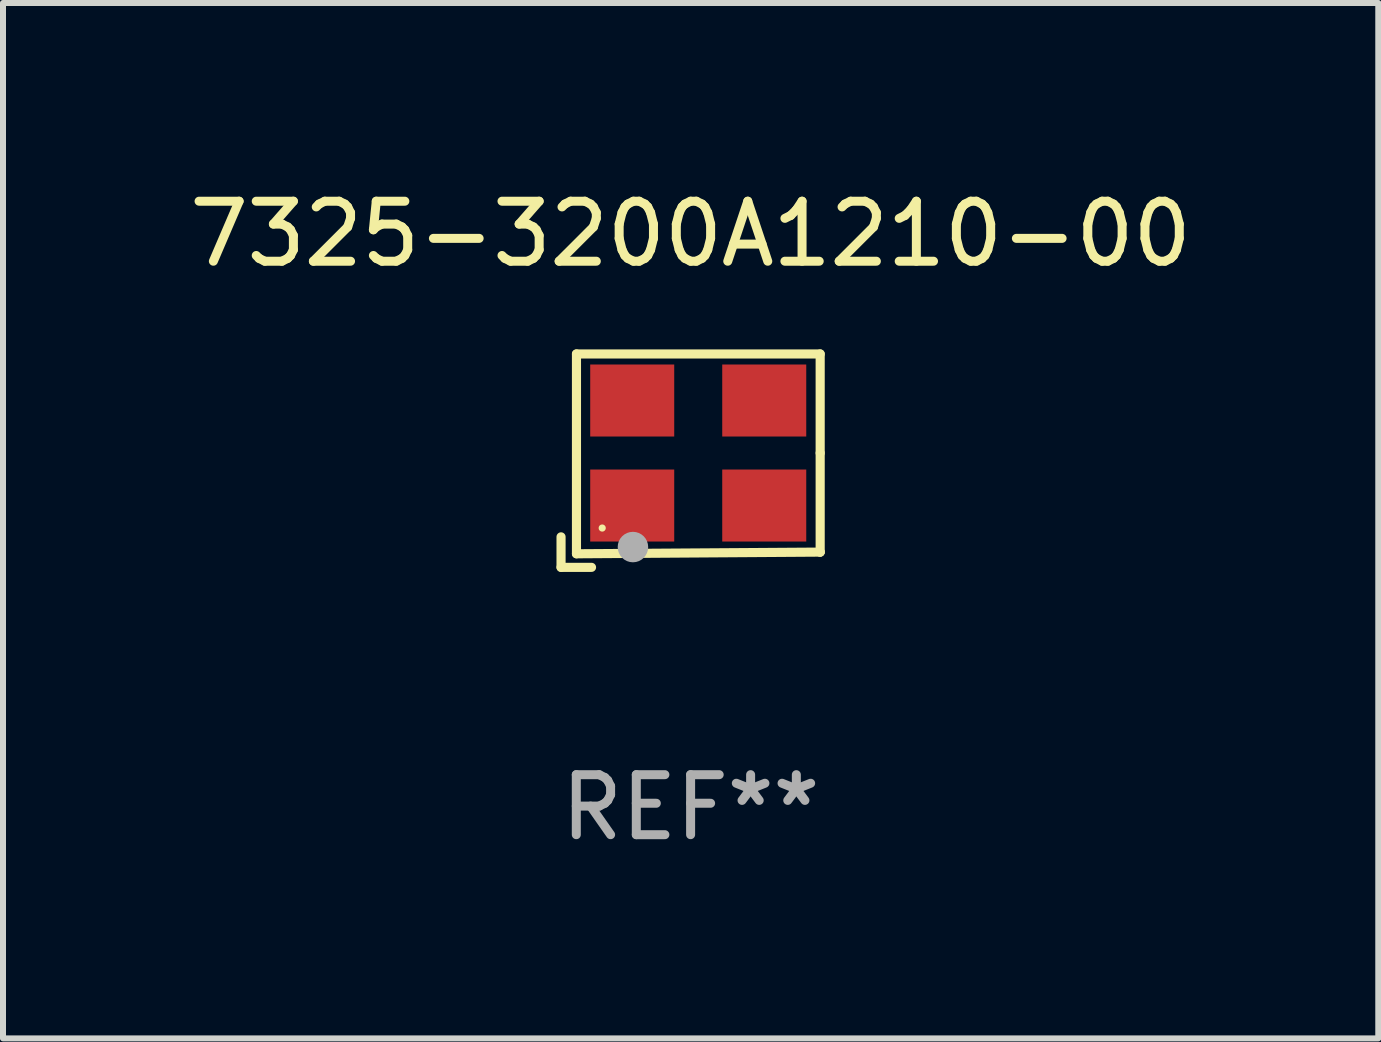
<source format=kicad_pcb>
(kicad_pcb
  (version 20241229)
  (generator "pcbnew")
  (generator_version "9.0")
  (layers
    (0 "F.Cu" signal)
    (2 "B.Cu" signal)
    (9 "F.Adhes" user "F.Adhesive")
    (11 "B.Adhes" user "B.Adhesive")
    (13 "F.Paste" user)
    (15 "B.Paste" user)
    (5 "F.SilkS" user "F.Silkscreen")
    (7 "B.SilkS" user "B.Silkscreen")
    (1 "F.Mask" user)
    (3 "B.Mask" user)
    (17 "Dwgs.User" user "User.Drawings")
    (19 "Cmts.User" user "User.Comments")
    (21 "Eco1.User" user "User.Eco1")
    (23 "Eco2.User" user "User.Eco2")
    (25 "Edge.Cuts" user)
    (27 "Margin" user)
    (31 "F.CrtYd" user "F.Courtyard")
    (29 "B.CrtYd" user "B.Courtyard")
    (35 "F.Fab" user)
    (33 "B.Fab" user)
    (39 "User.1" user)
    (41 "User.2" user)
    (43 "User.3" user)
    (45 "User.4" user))
  (footprint "7325-3200A1210-00"
    (layer "F.Cu")
    (at 8.458 4.626)
    (property "Reference" "7325-3200A1210-00" (at 0 -3.778 0) (layer "F.SilkS") (effects (font (size 1 1) (thickness 0.15))))
    (attr through_hole)
    (fp_line (start -2.159 1.27) (end -2.159 1.778) (stroke (width 0.152) (type solid)) (layer "F.SilkS"))
    (fp_line (start -2.159 1.778) (end -1.651 1.778) (stroke (width 0.152) (type solid)) (layer "F.SilkS"))
    (fp_line (start -1.902 -1.778) (end 2.159 -1.778) (stroke (width 0.152) (type solid)) (layer "F.SilkS"))
    (fp_line (start -1.902 1.552) (end -1.902 -1.778) (stroke (width 0.152) (type solid)) (layer "F.SilkS"))
    (fp_line (start 2.159 -1.778) (end 2.159 -0.127) (stroke (width 0.152) (type solid)) (layer "F.SilkS"))
    (fp_line (start 2.159 -0.127) (end 2.159 1.524) (stroke (width 0.152) (type solid)) (layer "F.SilkS"))
    (fp_line (start 2.159 1.524) (end -1.902 1.552) (stroke (width 0.152) (type solid)) (layer "F.SilkS"))
    (fp_line (start 2.159 1.524) (end 2.159 1.524) (stroke (width 0.152) (type solid)) (layer "F.SilkS"))
    (fp_circle (center -1.473 1.123) (end -1.443 1.123) (stroke (width 0.06) (type solid)) (fill no) (layer "F.SilkS"))
    (fp_circle (center -0.961 1.44) (end -0.834 1.44) (stroke (width 0.254) (type solid)) (fill no) (layer "F.Fab"))
    (fp_text user "REF**" (at 0 5.778 0) (layer "F.Fab") (effects (font (size 1 1) (thickness 0.15))))
    (pad "1" smd rect (at -0.973 0.748) (size 1.4 1.2) (layers "F.Cu" "F.Mask" "F.Paste"))
    (pad "2" smd rect (at 1.227 0.748) (size 1.4 1.2) (layers "F.Cu" "F.Mask" "F.Paste"))
    (pad "3" smd rect (at 1.227 -1.002) (size 1.4 1.2) (layers "F.Cu" "F.Mask" "F.Paste"))
    (pad "4" smd rect (at -0.973 -1.002) (size 1.4 1.2) (layers "F.Cu" "F.Mask" "F.Paste")))
  (gr_rect
    (start -3 -3)
    (end 19.917 14.253)
    (stroke (width 0.1) (type default))
    (fill no)
    (layer "Edge.Cuts")))
</source>
